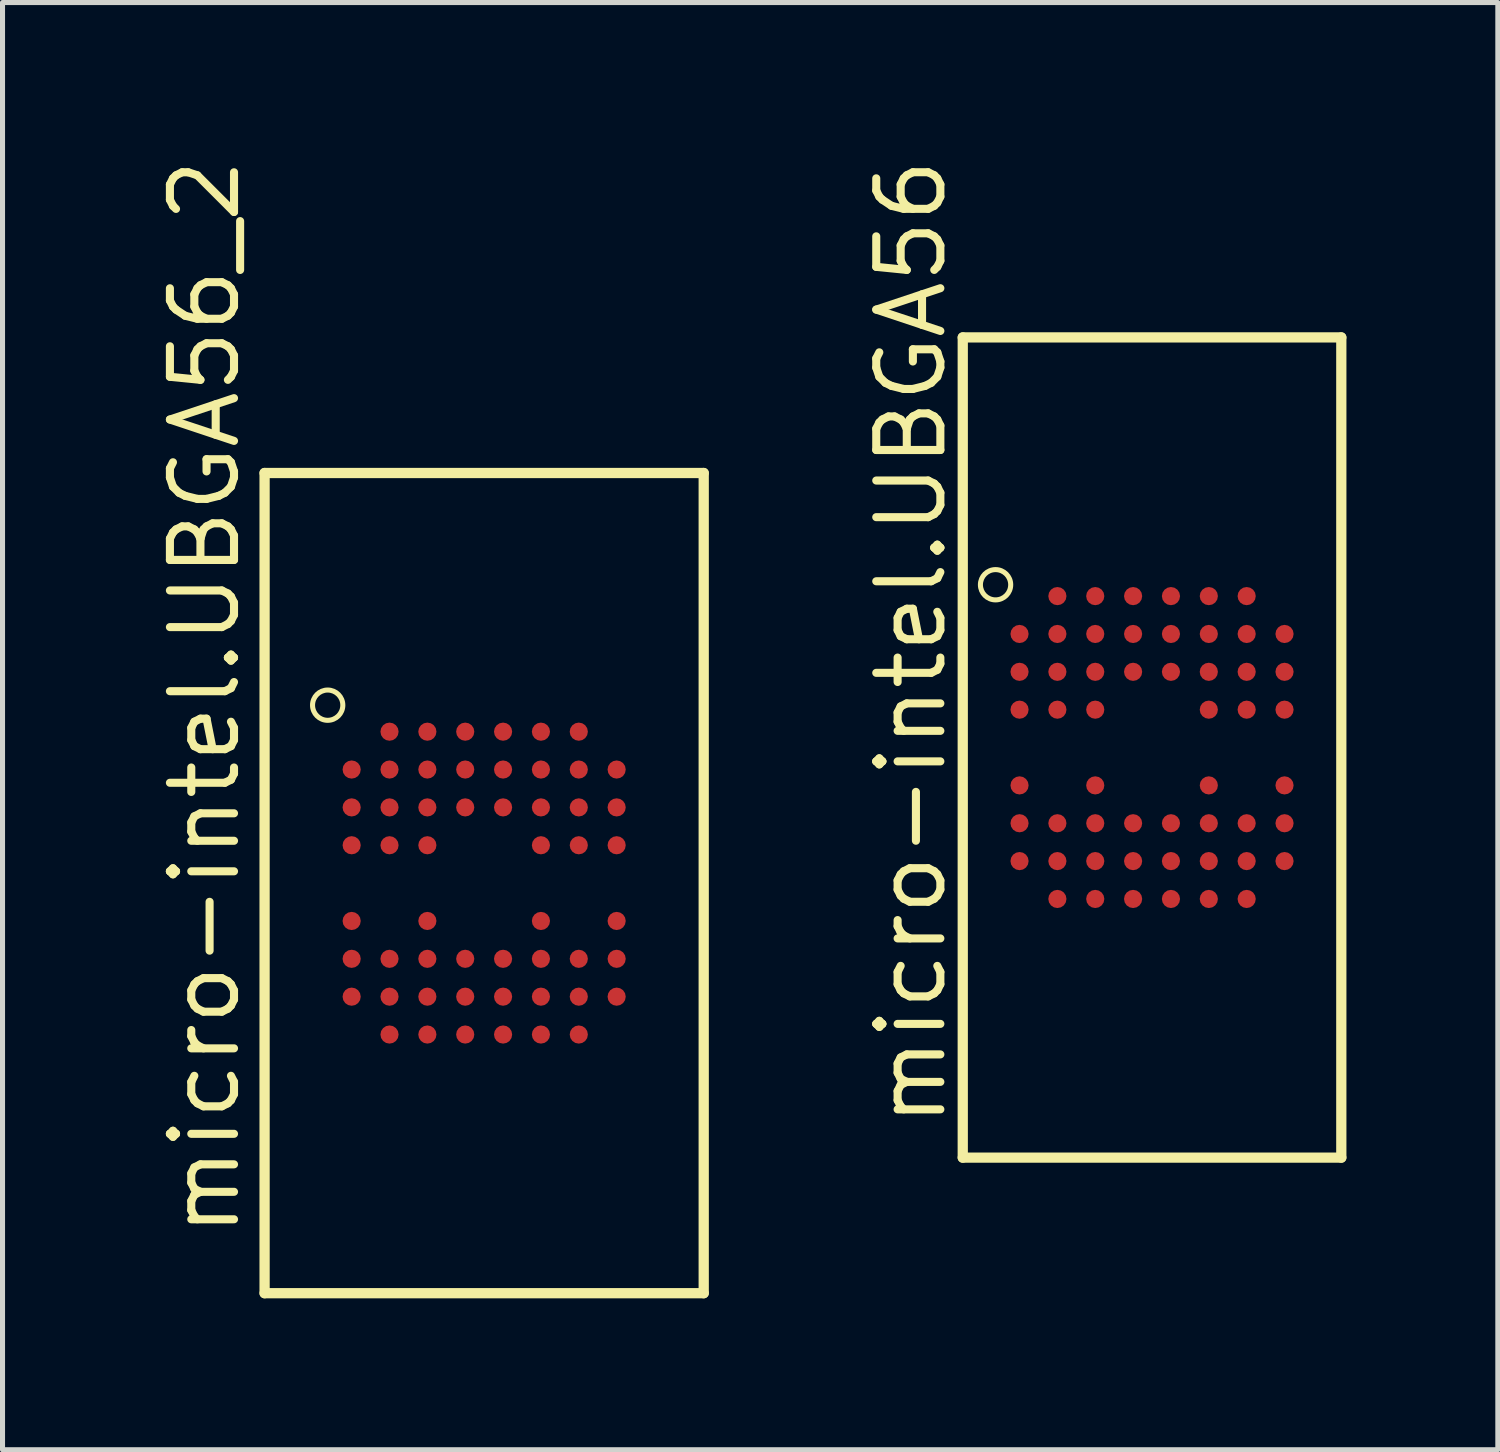
<source format=kicad_pcb>
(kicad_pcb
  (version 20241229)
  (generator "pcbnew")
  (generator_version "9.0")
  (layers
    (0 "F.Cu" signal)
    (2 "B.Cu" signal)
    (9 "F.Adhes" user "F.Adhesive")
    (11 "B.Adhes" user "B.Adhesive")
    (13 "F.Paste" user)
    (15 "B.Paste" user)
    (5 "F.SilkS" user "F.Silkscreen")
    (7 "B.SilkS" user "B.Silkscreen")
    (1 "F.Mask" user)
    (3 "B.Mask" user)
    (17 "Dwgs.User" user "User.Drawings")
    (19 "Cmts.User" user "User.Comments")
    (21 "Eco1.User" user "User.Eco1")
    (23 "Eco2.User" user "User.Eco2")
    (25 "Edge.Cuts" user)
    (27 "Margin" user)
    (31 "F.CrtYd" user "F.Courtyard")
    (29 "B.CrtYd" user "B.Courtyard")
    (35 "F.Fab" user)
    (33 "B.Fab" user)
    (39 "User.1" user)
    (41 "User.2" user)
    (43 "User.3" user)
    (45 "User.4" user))
  (footprint "micro-intel.UBGA56_2"
    (layer "F.Cu")
    (at 6.542 14.446)
    (property "Reference" "micro-intel.UBGA56_2" (at -4.792 7.068 90) (layer "F.SilkS") (effects (font (size 1.27 1.27) (thickness 0.16)) (justify left bottom)))
    (attr smd)
    (fp_line (start -4.35 -8.125) (end -4.35 8.125) (stroke (width 0.203) (type default)) (layer "F.SilkS"))
    (fp_line (start -4.35 8.125) (end 4.35 8.125) (stroke (width 0.203) (type default)) (layer "F.SilkS"))
    (fp_line (start 4.35 -8.125) (end -4.35 -8.125) (stroke (width 0.203) (type default)) (layer "F.SilkS"))
    (fp_line (start 4.35 8.125) (end 4.35 -8.125) (stroke (width 0.203) (type default)) (layer "F.SilkS"))
    (fp_circle (center -3.1 -3.525) (end -2.8 -3.525) (stroke (width 0.1) (type default)) (fill no) (layer "F.SilkS"))
    (pad "A2" smd roundrect (at -1.875 -3) (size 0.36 0.36) (layers "F.Cu" "F.Mask" "F.Paste") (roundrect_rratio 0.5))
    (pad "A3" smd roundrect (at -1.125 -3) (size 0.36 0.36) (layers "F.Cu" "F.Mask" "F.Paste") (roundrect_rratio 0.5))
    (pad "A4" smd roundrect (at -0.375 -3) (size 0.36 0.36) (layers "F.Cu" "F.Mask" "F.Paste") (roundrect_rratio 0.5))
    (pad "A5" smd roundrect (at 0.375 -3) (size 0.36 0.36) (layers "F.Cu" "F.Mask" "F.Paste") (roundrect_rratio 0.5))
    (pad "A6" smd roundrect (at 1.125 -3) (size 0.36 0.36) (layers "F.Cu" "F.Mask" "F.Paste") (roundrect_rratio 0.5))
    (pad "A7" smd roundrect (at 1.875 -3) (size 0.36 0.36) (layers "F.Cu" "F.Mask" "F.Paste") (roundrect_rratio 0.5))
    (pad "B1" smd roundrect (at -2.625 -2.25) (size 0.36 0.36) (layers "F.Cu" "F.Mask" "F.Paste") (roundrect_rratio 0.5))
    (pad "B2" smd roundrect (at -1.875 -2.25) (size 0.36 0.36) (layers "F.Cu" "F.Mask" "F.Paste") (roundrect_rratio 0.5))
    (pad "B3" smd roundrect (at -1.125 -2.25) (size 0.36 0.36) (layers "F.Cu" "F.Mask" "F.Paste") (roundrect_rratio 0.5))
    (pad "B4" smd roundrect (at -0.375 -2.25) (size 0.36 0.36) (layers "F.Cu" "F.Mask" "F.Paste") (roundrect_rratio 0.5))
    (pad "B5" smd roundrect (at 0.375 -2.25) (size 0.36 0.36) (layers "F.Cu" "F.Mask" "F.Paste") (roundrect_rratio 0.5))
    (pad "B6" smd roundrect (at 1.125 -2.25) (size 0.36 0.36) (layers "F.Cu" "F.Mask" "F.Paste") (roundrect_rratio 0.5))
    (pad "B7" smd roundrect (at 1.875 -2.25) (size 0.36 0.36) (layers "F.Cu" "F.Mask" "F.Paste") (roundrect_rratio 0.5))
    (pad "B8" smd roundrect (at 2.625 -2.25) (size 0.36 0.36) (layers "F.Cu" "F.Mask" "F.Paste") (roundrect_rratio 0.5))
    (pad "C1" smd roundrect (at -2.625 -1.5) (size 0.36 0.36) (layers "F.Cu" "F.Mask" "F.Paste") (roundrect_rratio 0.5))
    (pad "C2" smd roundrect (at -1.875 -1.5) (size 0.36 0.36) (layers "F.Cu" "F.Mask" "F.Paste") (roundrect_rratio 0.5))
    (pad "C3" smd roundrect (at -1.125 -1.5) (size 0.36 0.36) (layers "F.Cu" "F.Mask" "F.Paste") (roundrect_rratio 0.5))
    (pad "C4" smd roundrect (at -0.375 -1.5) (size 0.36 0.36) (layers "F.Cu" "F.Mask" "F.Paste") (roundrect_rratio 0.5))
    (pad "C5" smd roundrect (at 0.375 -1.5) (size 0.36 0.36) (layers "F.Cu" "F.Mask" "F.Paste") (roundrect_rratio 0.5))
    (pad "C6" smd roundrect (at 1.125 -1.5) (size 0.36 0.36) (layers "F.Cu" "F.Mask" "F.Paste") (roundrect_rratio 0.5))
    (pad "C7" smd roundrect (at 1.875 -1.5) (size 0.36 0.36) (layers "F.Cu" "F.Mask" "F.Paste") (roundrect_rratio 0.5))
    (pad "C8" smd roundrect (at 2.625 -1.5) (size 0.36 0.36) (layers "F.Cu" "F.Mask" "F.Paste") (roundrect_rratio 0.5))
    (pad "D1" smd roundrect (at -2.625 -0.75) (size 0.36 0.36) (layers "F.Cu" "F.Mask" "F.Paste") (roundrect_rratio 0.5))
    (pad "D2" smd roundrect (at -1.875 -0.75) (size 0.36 0.36) (layers "F.Cu" "F.Mask" "F.Paste") (roundrect_rratio 0.5))
    (pad "D3" smd roundrect (at -1.125 -0.75) (size 0.36 0.36) (layers "F.Cu" "F.Mask" "F.Paste") (roundrect_rratio 0.5))
    (pad "D6" smd roundrect (at 1.125 -0.75) (size 0.36 0.36) (layers "F.Cu" "F.Mask" "F.Paste") (roundrect_rratio 0.5))
    (pad "D7" smd roundrect (at 1.875 -0.75) (size 0.36 0.36) (layers "F.Cu" "F.Mask" "F.Paste") (roundrect_rratio 0.5))
    (pad "D8" smd roundrect (at 2.625 -0.75) (size 0.36 0.36) (layers "F.Cu" "F.Mask" "F.Paste") (roundrect_rratio 0.5))
    (pad "F1" smd roundrect (at -2.625 0.75) (size 0.36 0.36) (layers "F.Cu" "F.Mask" "F.Paste") (roundrect_rratio 0.5))
    (pad "F3" smd roundrect (at -1.125 0.75) (size 0.36 0.36) (layers "F.Cu" "F.Mask" "F.Paste") (roundrect_rratio 0.5))
    (pad "F6" smd roundrect (at 1.125 0.75) (size 0.36 0.36) (layers "F.Cu" "F.Mask" "F.Paste") (roundrect_rratio 0.5))
    (pad "F8" smd roundrect (at 2.625 0.75) (size 0.36 0.36) (layers "F.Cu" "F.Mask" "F.Paste") (roundrect_rratio 0.5))
    (pad "G1" smd roundrect (at -2.625 1.5) (size 0.36 0.36) (layers "F.Cu" "F.Mask" "F.Paste") (roundrect_rratio 0.5))
    (pad "G2" smd roundrect (at -1.875 1.5) (size 0.36 0.36) (layers "F.Cu" "F.Mask" "F.Paste") (roundrect_rratio 0.5))
    (pad "G3" smd roundrect (at -1.125 1.5) (size 0.36 0.36) (layers "F.Cu" "F.Mask" "F.Paste") (roundrect_rratio 0.5))
    (pad "G4" smd roundrect (at -0.375 1.5) (size 0.36 0.36) (layers "F.Cu" "F.Mask" "F.Paste") (roundrect_rratio 0.5))
    (pad "G5" smd roundrect (at 0.375 1.5) (size 0.36 0.36) (layers "F.Cu" "F.Mask" "F.Paste") (roundrect_rratio 0.5))
    (pad "G6" smd roundrect (at 1.125 1.5) (size 0.36 0.36) (layers "F.Cu" "F.Mask" "F.Paste") (roundrect_rratio 0.5))
    (pad "G7" smd roundrect (at 1.875 1.5) (size 0.36 0.36) (layers "F.Cu" "F.Mask" "F.Paste") (roundrect_rratio 0.5))
    (pad "G8" smd roundrect (at 2.625 1.5) (size 0.36 0.36) (layers "F.Cu" "F.Mask" "F.Paste") (roundrect_rratio 0.5))
    (pad "H1" smd roundrect (at -2.625 2.25) (size 0.36 0.36) (layers "F.Cu" "F.Mask" "F.Paste") (roundrect_rratio 0.5))
    (pad "H2" smd roundrect (at -1.875 2.25) (size 0.36 0.36) (layers "F.Cu" "F.Mask" "F.Paste") (roundrect_rratio 0.5))
    (pad "H3" smd roundrect (at -1.125 2.25) (size 0.36 0.36) (layers "F.Cu" "F.Mask" "F.Paste") (roundrect_rratio 0.5))
    (pad "H4" smd roundrect (at -0.375 2.25) (size 0.36 0.36) (layers "F.Cu" "F.Mask" "F.Paste") (roundrect_rratio 0.5))
    (pad "H5" smd roundrect (at 0.375 2.25) (size 0.36 0.36) (layers "F.Cu" "F.Mask" "F.Paste") (roundrect_rratio 0.5))
    (pad "H6" smd roundrect (at 1.125 2.25) (size 0.36 0.36) (layers "F.Cu" "F.Mask" "F.Paste") (roundrect_rratio 0.5))
    (pad "H7" smd roundrect (at 1.875 2.25) (size 0.36 0.36) (layers "F.Cu" "F.Mask" "F.Paste") (roundrect_rratio 0.5))
    (pad "H8" smd roundrect (at 2.625 2.25) (size 0.36 0.36) (layers "F.Cu" "F.Mask" "F.Paste") (roundrect_rratio 0.5))
    (pad "I2" smd roundrect (at -1.875 3) (size 0.36 0.36) (layers "F.Cu" "F.Mask" "F.Paste") (roundrect_rratio 0.5))
    (pad "I3" smd roundrect (at -1.125 3) (size 0.36 0.36) (layers "F.Cu" "F.Mask" "F.Paste") (roundrect_rratio 0.5))
    (pad "I4" smd roundrect (at -0.375 3) (size 0.36 0.36) (layers "F.Cu" "F.Mask" "F.Paste") (roundrect_rratio 0.5))
    (pad "I5" smd roundrect (at 0.375 3) (size 0.36 0.36) (layers "F.Cu" "F.Mask" "F.Paste") (roundrect_rratio 0.5))
    (pad "I6" smd roundrect (at 1.125 3) (size 0.36 0.36) (layers "F.Cu" "F.Mask" "F.Paste") (roundrect_rratio 0.5))
    (pad "I7" smd roundrect (at 1.875 3) (size 0.36 0.36) (layers "F.Cu" "F.Mask" "F.Paste") (roundrect_rratio 0.5)))
  (footprint "micro-intel.UBGA56"
    (layer "F.Cu")
    (at 19.774 11.76)
    (property "Reference" "micro-intel.UBGA56" (at -4.03 7.576 90) (layer "F.SilkS") (effects (font (size 1.27 1.27) (thickness 0.16)) (justify left bottom)))
    (attr smd)
    (fp_line (start -3.75 -8.125) (end -3.75 8.125) (stroke (width 0.203) (type default)) (layer "F.SilkS"))
    (fp_line (start -3.75 8.125) (end 3.75 8.125) (stroke (width 0.203) (type default)) (layer "F.SilkS"))
    (fp_line (start 3.75 -8.125) (end -3.75 -8.125) (stroke (width 0.203) (type default)) (layer "F.SilkS"))
    (fp_line (start 3.75 8.125) (end 3.75 -8.125) (stroke (width 0.203) (type default)) (layer "F.SilkS"))
    (fp_circle (center -3.1 -3.225) (end -2.8 -3.225) (stroke (width 0.1) (type default)) (fill no) (layer "F.SilkS"))
    (pad "A2" smd roundrect (at -1.875 -3) (size 0.36 0.36) (layers "F.Cu" "F.Mask" "F.Paste") (roundrect_rratio 0.5))
    (pad "A3" smd roundrect (at -1.125 -3) (size 0.36 0.36) (layers "F.Cu" "F.Mask" "F.Paste") (roundrect_rratio 0.5))
    (pad "A4" smd roundrect (at -0.375 -3) (size 0.36 0.36) (layers "F.Cu" "F.Mask" "F.Paste") (roundrect_rratio 0.5))
    (pad "A5" smd roundrect (at 0.375 -3) (size 0.36 0.36) (layers "F.Cu" "F.Mask" "F.Paste") (roundrect_rratio 0.5))
    (pad "A6" smd roundrect (at 1.125 -3) (size 0.36 0.36) (layers "F.Cu" "F.Mask" "F.Paste") (roundrect_rratio 0.5))
    (pad "A7" smd roundrect (at 1.875 -3) (size 0.36 0.36) (layers "F.Cu" "F.Mask" "F.Paste") (roundrect_rratio 0.5))
    (pad "B1" smd roundrect (at -2.625 -2.25) (size 0.36 0.36) (layers "F.Cu" "F.Mask" "F.Paste") (roundrect_rratio 0.5))
    (pad "B2" smd roundrect (at -1.875 -2.25) (size 0.36 0.36) (layers "F.Cu" "F.Mask" "F.Paste") (roundrect_rratio 0.5))
    (pad "B3" smd roundrect (at -1.125 -2.25) (size 0.36 0.36) (layers "F.Cu" "F.Mask" "F.Paste") (roundrect_rratio 0.5))
    (pad "B4" smd roundrect (at -0.375 -2.25) (size 0.36 0.36) (layers "F.Cu" "F.Mask" "F.Paste") (roundrect_rratio 0.5))
    (pad "B5" smd roundrect (at 0.375 -2.25) (size 0.36 0.36) (layers "F.Cu" "F.Mask" "F.Paste") (roundrect_rratio 0.5))
    (pad "B6" smd roundrect (at 1.125 -2.25) (size 0.36 0.36) (layers "F.Cu" "F.Mask" "F.Paste") (roundrect_rratio 0.5))
    (pad "B7" smd roundrect (at 1.875 -2.25) (size 0.36 0.36) (layers "F.Cu" "F.Mask" "F.Paste") (roundrect_rratio 0.5))
    (pad "B8" smd roundrect (at 2.625 -2.25) (size 0.36 0.36) (layers "F.Cu" "F.Mask" "F.Paste") (roundrect_rratio 0.5))
    (pad "C1" smd roundrect (at -2.625 -1.5) (size 0.36 0.36) (layers "F.Cu" "F.Mask" "F.Paste") (roundrect_rratio 0.5))
    (pad "C2" smd roundrect (at -1.875 -1.5) (size 0.36 0.36) (layers "F.Cu" "F.Mask" "F.Paste") (roundrect_rratio 0.5))
    (pad "C3" smd roundrect (at -1.125 -1.5) (size 0.36 0.36) (layers "F.Cu" "F.Mask" "F.Paste") (roundrect_rratio 0.5))
    (pad "C4" smd roundrect (at -0.375 -1.5) (size 0.36 0.36) (layers "F.Cu" "F.Mask" "F.Paste") (roundrect_rratio 0.5))
    (pad "C5" smd roundrect (at 0.375 -1.5) (size 0.36 0.36) (layers "F.Cu" "F.Mask" "F.Paste") (roundrect_rratio 0.5))
    (pad "C6" smd roundrect (at 1.125 -1.5) (size 0.36 0.36) (layers "F.Cu" "F.Mask" "F.Paste") (roundrect_rratio 0.5))
    (pad "C7" smd roundrect (at 1.875 -1.5) (size 0.36 0.36) (layers "F.Cu" "F.Mask" "F.Paste") (roundrect_rratio 0.5))
    (pad "C8" smd roundrect (at 2.625 -1.5) (size 0.36 0.36) (layers "F.Cu" "F.Mask" "F.Paste") (roundrect_rratio 0.5))
    (pad "D1" smd roundrect (at -2.625 -0.75) (size 0.36 0.36) (layers "F.Cu" "F.Mask" "F.Paste") (roundrect_rratio 0.5))
    (pad "D2" smd roundrect (at -1.875 -0.75) (size 0.36 0.36) (layers "F.Cu" "F.Mask" "F.Paste") (roundrect_rratio 0.5))
    (pad "D3" smd roundrect (at -1.125 -0.75) (size 0.36 0.36) (layers "F.Cu" "F.Mask" "F.Paste") (roundrect_rratio 0.5))
    (pad "D6" smd roundrect (at 1.125 -0.75) (size 0.36 0.36) (layers "F.Cu" "F.Mask" "F.Paste") (roundrect_rratio 0.5))
    (pad "D7" smd roundrect (at 1.875 -0.75) (size 0.36 0.36) (layers "F.Cu" "F.Mask" "F.Paste") (roundrect_rratio 0.5))
    (pad "D8" smd roundrect (at 2.625 -0.75) (size 0.36 0.36) (layers "F.Cu" "F.Mask" "F.Paste") (roundrect_rratio 0.5))
    (pad "F1" smd roundrect (at -2.625 0.75) (size 0.36 0.36) (layers "F.Cu" "F.Mask" "F.Paste") (roundrect_rratio 0.5))
    (pad "F3" smd roundrect (at -1.125 0.75) (size 0.36 0.36) (layers "F.Cu" "F.Mask" "F.Paste") (roundrect_rratio 0.5))
    (pad "F6" smd roundrect (at 1.125 0.75) (size 0.36 0.36) (layers "F.Cu" "F.Mask" "F.Paste") (roundrect_rratio 0.5))
    (pad "F8" smd roundrect (at 2.625 0.75) (size 0.36 0.36) (layers "F.Cu" "F.Mask" "F.Paste") (roundrect_rratio 0.5))
    (pad "G1" smd roundrect (at -2.625 1.5) (size 0.36 0.36) (layers "F.Cu" "F.Mask" "F.Paste") (roundrect_rratio 0.5))
    (pad "G2" smd roundrect (at -1.875 1.5) (size 0.36 0.36) (layers "F.Cu" "F.Mask" "F.Paste") (roundrect_rratio 0.5))
    (pad "G3" smd roundrect (at -1.125 1.5) (size 0.36 0.36) (layers "F.Cu" "F.Mask" "F.Paste") (roundrect_rratio 0.5))
    (pad "G4" smd roundrect (at -0.375 1.5) (size 0.36 0.36) (layers "F.Cu" "F.Mask" "F.Paste") (roundrect_rratio 0.5))
    (pad "G5" smd roundrect (at 0.375 1.5) (size 0.36 0.36) (layers "F.Cu" "F.Mask" "F.Paste") (roundrect_rratio 0.5))
    (pad "G6" smd roundrect (at 1.125 1.5) (size 0.36 0.36) (layers "F.Cu" "F.Mask" "F.Paste") (roundrect_rratio 0.5))
    (pad "G7" smd roundrect (at 1.875 1.5) (size 0.36 0.36) (layers "F.Cu" "F.Mask" "F.Paste") (roundrect_rratio 0.5))
    (pad "G8" smd roundrect (at 2.625 1.5) (size 0.36 0.36) (layers "F.Cu" "F.Mask" "F.Paste") (roundrect_rratio 0.5))
    (pad "H1" smd roundrect (at -2.625 2.25) (size 0.36 0.36) (layers "F.Cu" "F.Mask" "F.Paste") (roundrect_rratio 0.5))
    (pad "H2" smd roundrect (at -1.875 2.25) (size 0.36 0.36) (layers "F.Cu" "F.Mask" "F.Paste") (roundrect_rratio 0.5))
    (pad "H3" smd roundrect (at -1.125 2.25) (size 0.36 0.36) (layers "F.Cu" "F.Mask" "F.Paste") (roundrect_rratio 0.5))
    (pad "H4" smd roundrect (at -0.375 2.25) (size 0.36 0.36) (layers "F.Cu" "F.Mask" "F.Paste") (roundrect_rratio 0.5))
    (pad "H5" smd roundrect (at 0.375 2.25) (size 0.36 0.36) (layers "F.Cu" "F.Mask" "F.Paste") (roundrect_rratio 0.5))
    (pad "H6" smd roundrect (at 1.125 2.25) (size 0.36 0.36) (layers "F.Cu" "F.Mask" "F.Paste") (roundrect_rratio 0.5))
    (pad "H7" smd roundrect (at 1.875 2.25) (size 0.36 0.36) (layers "F.Cu" "F.Mask" "F.Paste") (roundrect_rratio 0.5))
    (pad "H8" smd roundrect (at 2.625 2.25) (size 0.36 0.36) (layers "F.Cu" "F.Mask" "F.Paste") (roundrect_rratio 0.5))
    (pad "I2" smd roundrect (at -1.875 3) (size 0.36 0.36) (layers "F.Cu" "F.Mask" "F.Paste") (roundrect_rratio 0.5))
    (pad "I3" smd roundrect (at -1.125 3) (size 0.36 0.36) (layers "F.Cu" "F.Mask" "F.Paste") (roundrect_rratio 0.5))
    (pad "I4" smd roundrect (at -0.375 3) (size 0.36 0.36) (layers "F.Cu" "F.Mask" "F.Paste") (roundrect_rratio 0.5))
    (pad "I5" smd roundrect (at 0.375 3) (size 0.36 0.36) (layers "F.Cu" "F.Mask" "F.Paste") (roundrect_rratio 0.5))
    (pad "I6" smd roundrect (at 1.125 3) (size 0.36 0.36) (layers "F.Cu" "F.Mask" "F.Paste") (roundrect_rratio 0.5))
    (pad "I7" smd roundrect (at 1.875 3) (size 0.36 0.36) (layers "F.Cu" "F.Mask" "F.Paste") (roundrect_rratio 0.5)))
  (gr_rect
    (start -3 -3)
    (end 26.625 25.672)
    (stroke (width 0.1) (type default))
    (fill no)
    (layer "Edge.Cuts")))
</source>
